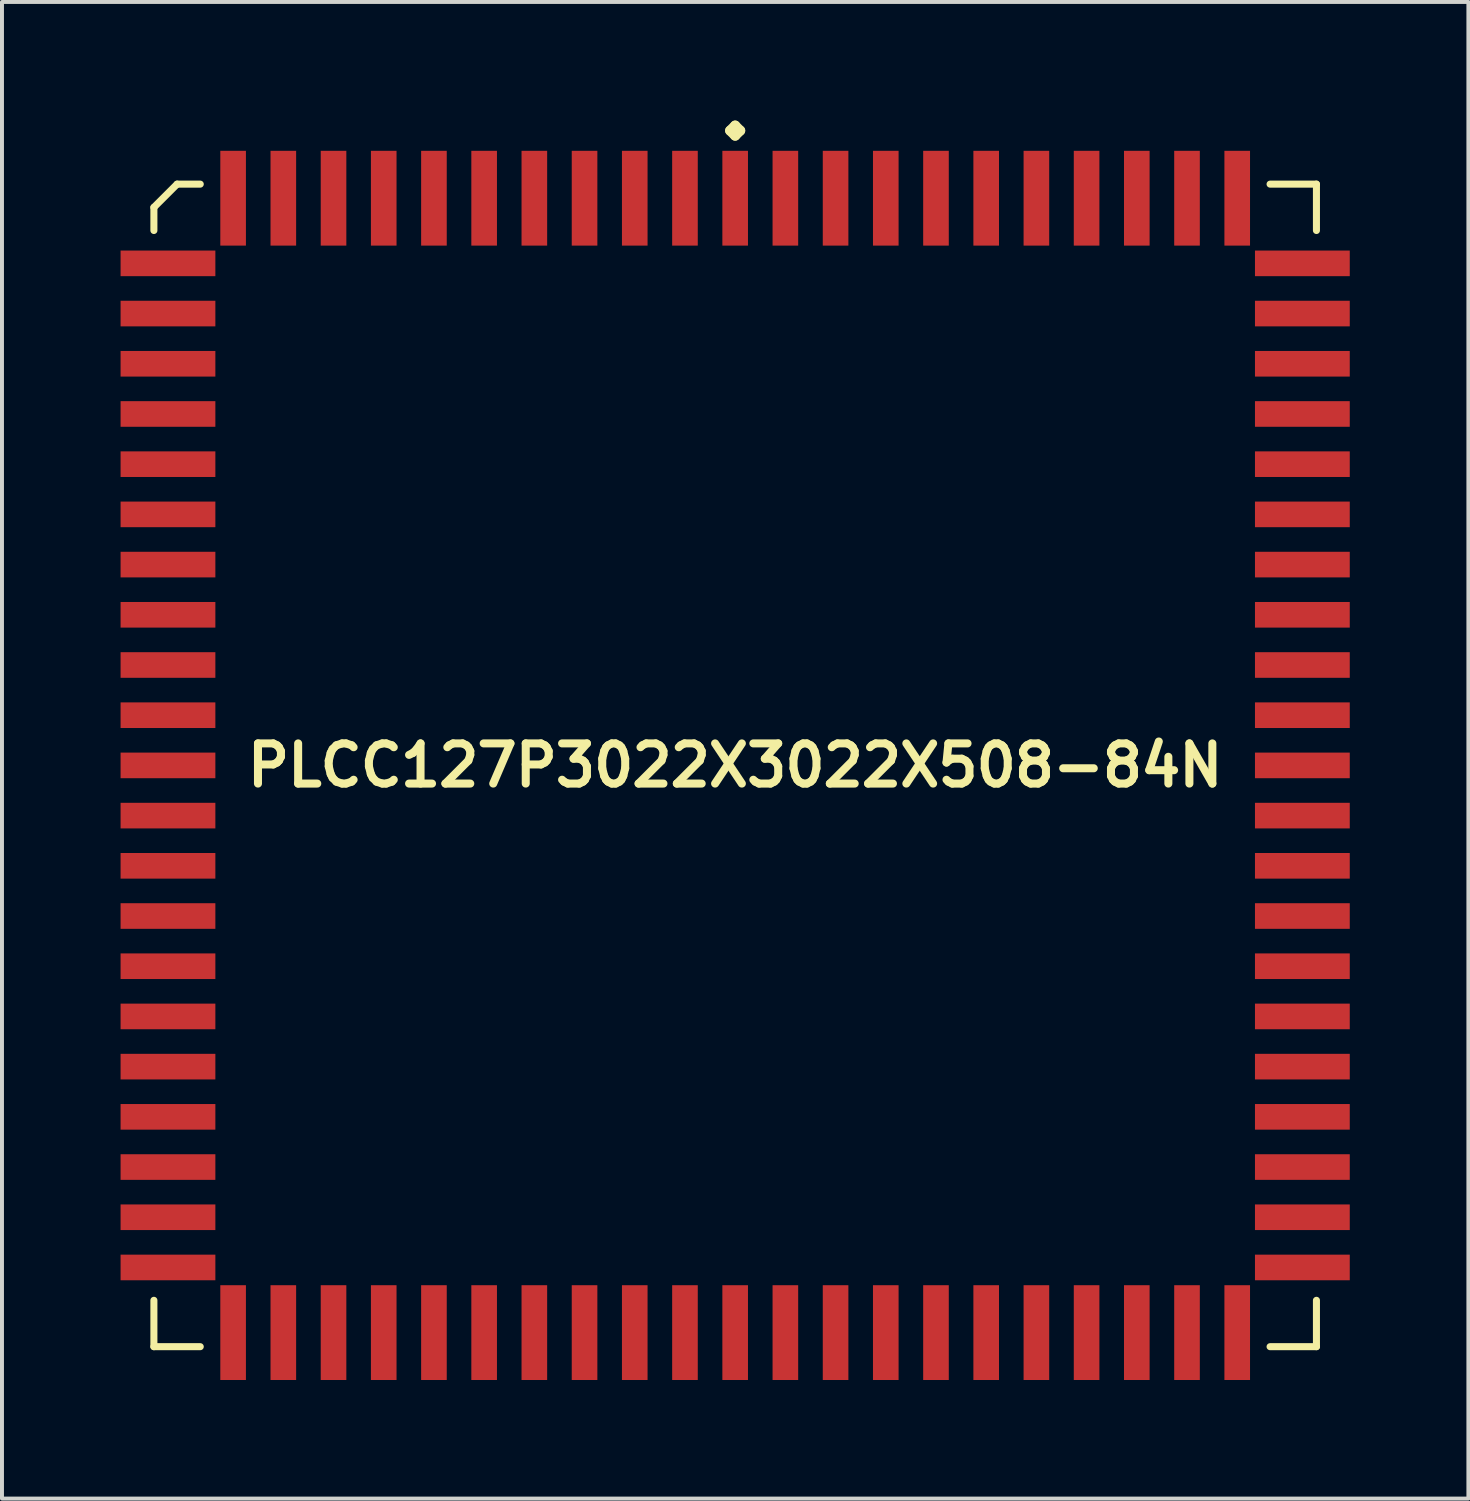
<source format=kicad_pcb>
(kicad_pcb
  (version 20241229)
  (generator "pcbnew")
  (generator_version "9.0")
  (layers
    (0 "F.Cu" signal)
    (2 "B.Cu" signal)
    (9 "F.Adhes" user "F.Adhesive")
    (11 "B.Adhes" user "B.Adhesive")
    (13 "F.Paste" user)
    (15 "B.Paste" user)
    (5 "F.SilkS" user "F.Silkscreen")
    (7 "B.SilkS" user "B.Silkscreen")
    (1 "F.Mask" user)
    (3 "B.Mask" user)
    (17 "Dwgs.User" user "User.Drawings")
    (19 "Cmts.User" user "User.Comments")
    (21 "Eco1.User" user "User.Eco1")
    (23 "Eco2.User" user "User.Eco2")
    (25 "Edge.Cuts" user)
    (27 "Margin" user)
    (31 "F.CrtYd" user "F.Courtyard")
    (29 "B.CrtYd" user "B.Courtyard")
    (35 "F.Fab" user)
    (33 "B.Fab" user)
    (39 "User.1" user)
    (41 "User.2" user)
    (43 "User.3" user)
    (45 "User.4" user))
  (footprint "PLCC127P3022X3022X508-84N"
    (layer "F.Cu")
    (at 15.547 16.312)
    (property "Reference" "PLCC127P3022X3022X508-84N" (at 0 0 0) (layer "F.SilkS") (effects (font (size 1.016 1.016) (thickness 0.203))))
    (attr smd)
    (fp_line (start -14.704 -14.117) (end -14.117 -14.704) (stroke (width 0.178) (type solid)) (layer "F.SilkS"))
    (fp_line (start -14.704 -13.531) (end -14.704 -14.117) (stroke (width 0.178) (type solid)) (layer "F.SilkS"))
    (fp_line (start -14.704 13.531) (end -14.704 14.704) (stroke (width 0.178) (type solid)) (layer "F.SilkS"))
    (fp_line (start -14.704 14.704) (end -13.531 14.704) (stroke (width 0.178) (type solid)) (layer "F.SilkS"))
    (fp_line (start -14.117 -14.704) (end -13.531 -14.704) (stroke (width 0.178) (type solid)) (layer "F.SilkS"))
    (fp_line (start -0.127 -16.058) (end 0 -16.185) (stroke (width 0.254) (type solid)) (layer "F.SilkS"))
    (fp_line (start 0 -16.185) (end 0.127 -16.058) (stroke (width 0.254) (type solid)) (layer "F.SilkS"))
    (fp_line (start 0 -15.931) (end -0.127 -16.058) (stroke (width 0.254) (type solid)) (layer "F.SilkS"))
    (fp_line (start 0.127 -16.058) (end 0 -15.931) (stroke (width 0.254) (type solid)) (layer "F.SilkS"))
    (fp_line (start 14.704 -14.704) (end 13.531 -14.704) (stroke (width 0.178) (type solid)) (layer "F.SilkS"))
    (fp_line (start 14.704 -13.531) (end 14.704 -14.704) (stroke (width 0.178) (type solid)) (layer "F.SilkS"))
    (fp_line (start 14.704 13.531) (end 14.704 14.704) (stroke (width 0.178) (type solid)) (layer "F.SilkS"))
    (fp_line (start 14.704 14.704) (end 13.531 14.704) (stroke (width 0.178) (type solid)) (layer "F.SilkS"))
    (pad "1" smd rect (at 0 -14.348) (size 0.648 2.398) (layers "F.Cu" "F.Mask" "F.Paste"))
    (pad "2" smd rect (at -1.27 -14.348) (size 0.648 2.398) (layers "F.Cu" "F.Mask" "F.Paste"))
    (pad "3" smd rect (at -2.54 -14.348) (size 0.648 2.398) (layers "F.Cu" "F.Mask" "F.Paste"))
    (pad "4" smd rect (at -3.81 -14.348) (size 0.648 2.398) (layers "F.Cu" "F.Mask" "F.Paste"))
    (pad "5" smd rect (at -5.08 -14.348) (size 0.648 2.398) (layers "F.Cu" "F.Mask" "F.Paste"))
    (pad "6" smd rect (at -6.35 -14.348) (size 0.648 2.398) (layers "F.Cu" "F.Mask" "F.Paste"))
    (pad "7" smd rect (at -7.62 -14.348) (size 0.648 2.398) (layers "F.Cu" "F.Mask" "F.Paste"))
    (pad "8" smd rect (at -8.89 -14.348) (size 0.648 2.398) (layers "F.Cu" "F.Mask" "F.Paste"))
    (pad "9" smd rect (at -10.16 -14.348) (size 0.648 2.398) (layers "F.Cu" "F.Mask" "F.Paste"))
    (pad "10" smd rect (at -11.43 -14.348) (size 0.648 2.398) (layers "F.Cu" "F.Mask" "F.Paste"))
    (pad "11" smd rect (at -12.7 -14.348) (size 0.648 2.398) (layers "F.Cu" "F.Mask" "F.Paste"))
    (pad "12" smd rect (at -14.348 -12.7) (size 2.398 0.648) (layers "F.Cu" "F.Mask" "F.Paste"))
    (pad "13" smd rect (at -14.348 -11.43) (size 2.398 0.648) (layers "F.Cu" "F.Mask" "F.Paste"))
    (pad "14" smd rect (at -14.348 -10.16) (size 2.398 0.648) (layers "F.Cu" "F.Mask" "F.Paste"))
    (pad "15" smd rect (at -14.348 -8.89) (size 2.398 0.648) (layers "F.Cu" "F.Mask" "F.Paste"))
    (pad "16" smd rect (at -14.348 -7.62) (size 2.398 0.648) (layers "F.Cu" "F.Mask" "F.Paste"))
    (pad "17" smd rect (at -14.348 -6.35) (size 2.398 0.648) (layers "F.Cu" "F.Mask" "F.Paste"))
    (pad "18" smd rect (at -14.348 -5.08) (size 2.398 0.648) (layers "F.Cu" "F.Mask" "F.Paste"))
    (pad "19" smd rect (at -14.348 -3.81) (size 2.398 0.648) (layers "F.Cu" "F.Mask" "F.Paste"))
    (pad "20" smd rect (at -14.348 -2.54) (size 2.398 0.648) (layers "F.Cu" "F.Mask" "F.Paste"))
    (pad "21" smd rect (at -14.348 -1.27) (size 2.398 0.648) (layers "F.Cu" "F.Mask" "F.Paste"))
    (pad "22" smd rect (at -14.348 0) (size 2.398 0.648) (layers "F.Cu" "F.Mask" "F.Paste"))
    (pad "23" smd rect (at -14.348 1.27) (size 2.398 0.648) (layers "F.Cu" "F.Mask" "F.Paste"))
    (pad "24" smd rect (at -14.348 2.54) (size 2.398 0.648) (layers "F.Cu" "F.Mask" "F.Paste"))
    (pad "25" smd rect (at -14.348 3.81) (size 2.398 0.648) (layers "F.Cu" "F.Mask" "F.Paste"))
    (pad "26" smd rect (at -14.348 5.08) (size 2.398 0.648) (layers "F.Cu" "F.Mask" "F.Paste"))
    (pad "27" smd rect (at -14.348 6.35) (size 2.398 0.648) (layers "F.Cu" "F.Mask" "F.Paste"))
    (pad "28" smd rect (at -14.348 7.62) (size 2.398 0.648) (layers "F.Cu" "F.Mask" "F.Paste"))
    (pad "29" smd rect (at -14.348 8.89) (size 2.398 0.648) (layers "F.Cu" "F.Mask" "F.Paste"))
    (pad "30" smd rect (at -14.348 10.16) (size 2.398 0.648) (layers "F.Cu" "F.Mask" "F.Paste"))
    (pad "31" smd rect (at -14.348 11.43) (size 2.398 0.648) (layers "F.Cu" "F.Mask" "F.Paste"))
    (pad "32" smd rect (at -14.348 12.7) (size 2.398 0.648) (layers "F.Cu" "F.Mask" "F.Paste"))
    (pad "33" smd rect (at -12.7 14.348) (size 0.648 2.398) (layers "F.Cu" "F.Mask" "F.Paste"))
    (pad "34" smd rect (at -11.43 14.348) (size 0.648 2.398) (layers "F.Cu" "F.Mask" "F.Paste"))
    (pad "35" smd rect (at -10.16 14.348) (size 0.648 2.398) (layers "F.Cu" "F.Mask" "F.Paste"))
    (pad "36" smd rect (at -8.89 14.348) (size 0.648 2.398) (layers "F.Cu" "F.Mask" "F.Paste"))
    (pad "37" smd rect (at -7.62 14.348) (size 0.648 2.398) (layers "F.Cu" "F.Mask" "F.Paste"))
    (pad "38" smd rect (at -6.35 14.348) (size 0.648 2.398) (layers "F.Cu" "F.Mask" "F.Paste"))
    (pad "39" smd rect (at -5.08 14.348) (size 0.648 2.398) (layers "F.Cu" "F.Mask" "F.Paste"))
    (pad "40" smd rect (at -3.81 14.348) (size 0.648 2.398) (layers "F.Cu" "F.Mask" "F.Paste"))
    (pad "41" smd rect (at -2.54 14.348) (size 0.648 2.398) (layers "F.Cu" "F.Mask" "F.Paste"))
    (pad "42" smd rect (at -1.27 14.348) (size 0.648 2.398) (layers "F.Cu" "F.Mask" "F.Paste"))
    (pad "43" smd rect (at 0 14.348) (size 0.648 2.398) (layers "F.Cu" "F.Mask" "F.Paste"))
    (pad "44" smd rect (at 1.27 14.348) (size 0.648 2.398) (layers "F.Cu" "F.Mask" "F.Paste"))
    (pad "45" smd rect (at 2.54 14.348) (size 0.648 2.398) (layers "F.Cu" "F.Mask" "F.Paste"))
    (pad "46" smd rect (at 3.81 14.348) (size 0.648 2.398) (layers "F.Cu" "F.Mask" "F.Paste"))
    (pad "47" smd rect (at 5.08 14.348) (size 0.648 2.398) (layers "F.Cu" "F.Mask" "F.Paste"))
    (pad "48" smd rect (at 6.35 14.348) (size 0.648 2.398) (layers "F.Cu" "F.Mask" "F.Paste"))
    (pad "49" smd rect (at 7.62 14.348) (size 0.648 2.398) (layers "F.Cu" "F.Mask" "F.Paste"))
    (pad "50" smd rect (at 8.89 14.348) (size 0.648 2.398) (layers "F.Cu" "F.Mask" "F.Paste"))
    (pad "51" smd rect (at 10.16 14.348) (size 0.648 2.398) (layers "F.Cu" "F.Mask" "F.Paste"))
    (pad "52" smd rect (at 11.43 14.348) (size 0.648 2.398) (layers "F.Cu" "F.Mask" "F.Paste"))
    (pad "53" smd rect (at 12.7 14.348) (size 0.648 2.398) (layers "F.Cu" "F.Mask" "F.Paste"))
    (pad "54" smd rect (at 14.348 12.7) (size 2.398 0.648) (layers "F.Cu" "F.Mask" "F.Paste"))
    (pad "55" smd rect (at 14.348 11.43) (size 2.398 0.648) (layers "F.Cu" "F.Mask" "F.Paste"))
    (pad "56" smd rect (at 14.348 10.16) (size 2.398 0.648) (layers "F.Cu" "F.Mask" "F.Paste"))
    (pad "57" smd rect (at 14.348 8.89) (size 2.398 0.648) (layers "F.Cu" "F.Mask" "F.Paste"))
    (pad "58" smd rect (at 14.348 7.62) (size 2.398 0.648) (layers "F.Cu" "F.Mask" "F.Paste"))
    (pad "59" smd rect (at 14.348 6.35) (size 2.398 0.648) (layers "F.Cu" "F.Mask" "F.Paste"))
    (pad "60" smd rect (at 14.348 5.08) (size 2.398 0.648) (layers "F.Cu" "F.Mask" "F.Paste"))
    (pad "61" smd rect (at 14.348 3.81) (size 2.398 0.648) (layers "F.Cu" "F.Mask" "F.Paste"))
    (pad "62" smd rect (at 14.348 2.54) (size 2.398 0.648) (layers "F.Cu" "F.Mask" "F.Paste"))
    (pad "63" smd rect (at 14.348 1.27) (size 2.398 0.648) (layers "F.Cu" "F.Mask" "F.Paste"))
    (pad "64" smd rect (at 14.348 0) (size 2.398 0.648) (layers "F.Cu" "F.Mask" "F.Paste"))
    (pad "65" smd rect (at 14.348 -1.27) (size 2.398 0.648) (layers "F.Cu" "F.Mask" "F.Paste"))
    (pad "66" smd rect (at 14.348 -2.54) (size 2.398 0.648) (layers "F.Cu" "F.Mask" "F.Paste"))
    (pad "67" smd rect (at 14.348 -3.81) (size 2.398 0.648) (layers "F.Cu" "F.Mask" "F.Paste"))
    (pad "68" smd rect (at 14.348 -5.08) (size 2.398 0.648) (layers "F.Cu" "F.Mask" "F.Paste"))
    (pad "69" smd rect (at 14.348 -6.35) (size 2.398 0.648) (layers "F.Cu" "F.Mask" "F.Paste"))
    (pad "70" smd rect (at 14.348 -7.62) (size 2.398 0.648) (layers "F.Cu" "F.Mask" "F.Paste"))
    (pad "71" smd rect (at 14.348 -8.89) (size 2.398 0.648) (layers "F.Cu" "F.Mask" "F.Paste"))
    (pad "72" smd rect (at 14.348 -10.16) (size 2.398 0.648) (layers "F.Cu" "F.Mask" "F.Paste"))
    (pad "73" smd rect (at 14.348 -11.43) (size 2.398 0.648) (layers "F.Cu" "F.Mask" "F.Paste"))
    (pad "74" smd rect (at 14.348 -12.7) (size 2.398 0.648) (layers "F.Cu" "F.Mask" "F.Paste"))
    (pad "75" smd rect (at 12.7 -14.348) (size 0.648 2.398) (layers "F.Cu" "F.Mask" "F.Paste"))
    (pad "76" smd rect (at 11.43 -14.348) (size 0.648 2.398) (layers "F.Cu" "F.Mask" "F.Paste"))
    (pad "77" smd rect (at 10.16 -14.348) (size 0.648 2.398) (layers "F.Cu" "F.Mask" "F.Paste"))
    (pad "78" smd rect (at 8.89 -14.348) (size 0.648 2.398) (layers "F.Cu" "F.Mask" "F.Paste"))
    (pad "79" smd rect (at 7.62 -14.348) (size 0.648 2.398) (layers "F.Cu" "F.Mask" "F.Paste"))
    (pad "80" smd rect (at 6.35 -14.348) (size 0.648 2.398) (layers "F.Cu" "F.Mask" "F.Paste"))
    (pad "81" smd rect (at 5.08 -14.348) (size 0.648 2.398) (layers "F.Cu" "F.Mask" "F.Paste"))
    (pad "82" smd rect (at 3.81 -14.348) (size 0.648 2.398) (layers "F.Cu" "F.Mask" "F.Paste"))
    (pad "83" smd rect (at 2.54 -14.348) (size 0.648 2.398) (layers "F.Cu" "F.Mask" "F.Paste"))
    (pad "84" smd rect (at 1.27 -14.348) (size 0.648 2.398) (layers "F.Cu" "F.Mask" "F.Paste")))
  (gr_rect
    (start -3 -3)
    (end 34.095 34.859)
    (stroke (width 0.1) (type default))
    (fill no)
    (layer "Edge.Cuts")))
</source>
